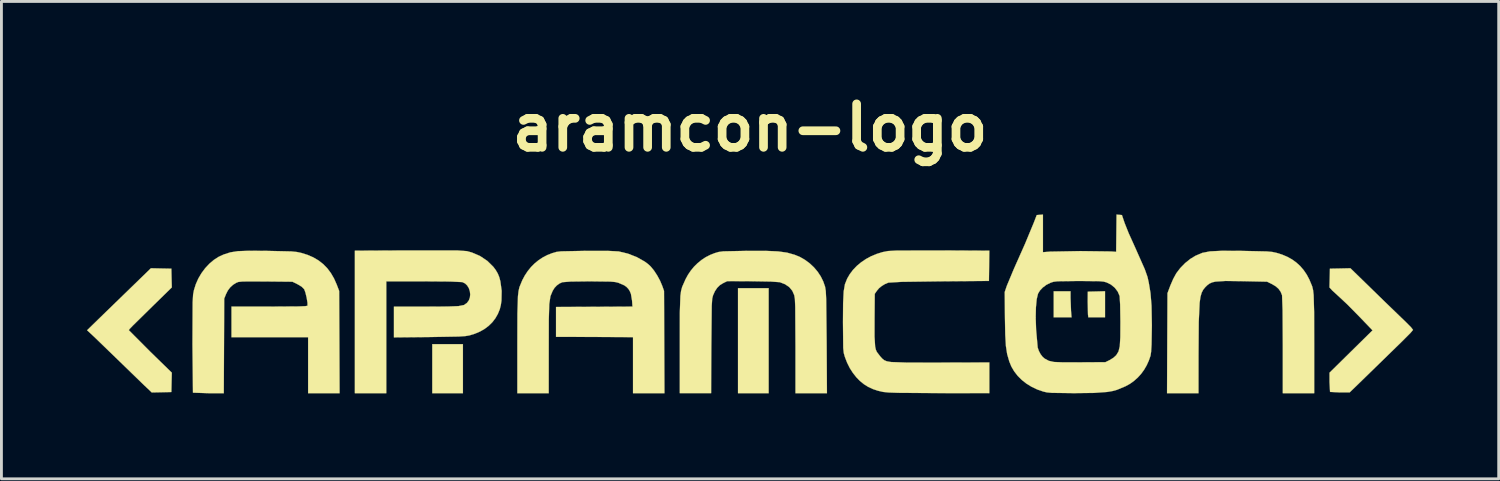
<source format=kicad_pcb>
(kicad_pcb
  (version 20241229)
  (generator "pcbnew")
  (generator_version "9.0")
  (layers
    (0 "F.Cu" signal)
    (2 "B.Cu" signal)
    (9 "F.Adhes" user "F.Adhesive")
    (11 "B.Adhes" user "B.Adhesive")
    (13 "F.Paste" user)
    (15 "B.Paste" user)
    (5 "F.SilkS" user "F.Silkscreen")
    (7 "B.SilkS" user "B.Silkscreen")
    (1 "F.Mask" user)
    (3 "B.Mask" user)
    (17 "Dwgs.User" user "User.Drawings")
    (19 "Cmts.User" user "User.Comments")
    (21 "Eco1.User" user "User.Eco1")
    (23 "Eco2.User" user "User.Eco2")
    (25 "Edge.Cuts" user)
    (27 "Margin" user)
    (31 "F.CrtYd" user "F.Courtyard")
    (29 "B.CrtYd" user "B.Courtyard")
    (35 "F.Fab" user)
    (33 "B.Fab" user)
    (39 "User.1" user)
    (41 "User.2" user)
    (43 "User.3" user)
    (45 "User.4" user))
  (footprint "aramcon-logo"
    (layer "F.Cu")
    (at 23.254 7.607)
    (property "Reference" "aramcon-logo" (at 0 -6.18 0) (layer "F.SilkS") (effects (font (size 1.524 1.524) (thickness 0.305))))
    (attr smd)
    (fp_poly (pts (xy -11.145 2.272) (xy -11.145 1.412) (xy -10.607 1.412) (xy -10.07 1.412) (xy -10.07 2.272) (xy -10.07 3.132) (xy -10.607 3.132) (xy -11.145 3.132) (xy -11.145 2.272)) (stroke (width 0.008) (type solid)) (fill yes) (layer "F.SilkS"))
    (fp_poly (pts (xy -0.423 1.291) (xy -0.423 -0.55) (xy 0.114 -0.55) (xy 0.652 -0.55) (xy 0.652 1.291) (xy 0.652 3.132) (xy 0.114 3.132) (xy -0.423 3.132) (xy -0.423 1.291)) (stroke (width 0.008) (type solid)) (fill yes) (layer "F.SilkS"))
    (fp_poly (pts (xy 11.85 0.371) (xy 11.84 -0.079) (xy 11.843 -0.429) (xy 12.146 -0.436) (xy 12.448 -0.444) (xy 12.448 0.014) (xy 12.448 0.472) (xy 12.155 0.472) (xy 11.863 0.472) (xy 11.85 0.371) (xy 11.85 0.371)) (stroke (width 0.008) (type solid)) (fill yes) (layer "F.SilkS"))
    (fp_poly (pts (xy 10.648 0.015) (xy 10.648 -0.442) (xy 10.943 -0.442) (xy 11.239 -0.442) (xy 11.239 -0.207) (xy 11.256 0.25) (xy 11.274 0.472) (xy 10.961 0.472) (xy 10.648 0.472) (xy 10.648 0.015) (xy 10.648 0.015) (xy 10.648 0.015)) (stroke (width 0.008) (type solid)) (fill yes) (layer "F.SilkS"))
    (fp_poly (pts (xy -21.229 2.873) (xy -22.109 2.019) (xy -22.996 1.161) (xy -23.25 0.924) (xy -22.846 0.53) (xy -21.726 -0.557) (xy -21.012 -1.25) (xy -20.653 -1.242) (xy -20.294 -1.235) (xy -20.287 -0.906) (xy -20.279 -0.578) (xy -20.891 0.02) (xy -21.647 0.763) (xy -21.762 0.883) (xy -21.786 0.922) (xy -21.033 1.678) (xy -20.279 2.412) (xy -20.287 2.752) (xy -20.294 3.091) (xy -20.638 3.099) (xy -20.982 3.106) (xy -21.229 2.872) (xy -21.229 2.873)) (stroke (width 0.008) (type solid)) (fill yes) (layer "F.SilkS"))
    (fp_poly (pts (xy 20.339 3.087) (xy 20.321 2.741) (xy 20.321 2.413) (xy 21.075 1.67) (xy 21.829 0.928) (xy 21.339 0.418) (xy 20.944 0.018) (xy 20.682 -0.227) (xy 20.417 -0.47) (xy 20.319 -0.578) (xy 20.327 -0.907) (xy 20.335 -1.235) (xy 20.694 -1.242) (xy 21.054 -1.25) (xy 21.393 -0.92) (xy 22.242 -0.093) (xy 23.001 0.64) (xy 23.177 0.817) (xy 23.25 0.912) (xy 23.163 1.015) (xy 22.858 1.322) (xy 21.339 2.802) (xy 21.026 3.105) (xy 20.692 3.105) (xy 20.339 3.087) (xy 20.339 3.087) (xy 20.339 3.087)) (stroke (width 0.008) (type solid)) (fill yes) (layer "F.SilkS"))
    (fp_poly (pts (xy -13.859 0.633) (xy -13.859 -1.866) (xy -12.374 -1.873) (xy -10.249 -1.873) (xy -9.93 -1.85) (xy -9.755 -1.802) (xy -9.468 -1.678) (xy -9.213 -1.507) (xy -9.002 -1.299) (xy -8.917 -1.185) (xy -8.847 -1.064) (xy -8.795 -0.938) (xy -8.756 -0.79) (xy -8.711 -0.457) (xy -8.718 -0.114) (xy -8.741 0.045) (xy -8.777 0.187) (xy -8.845 0.353) (xy -8.932 0.505) (xy -9.039 0.644) (xy -9.165 0.768) (xy -9.309 0.877) (xy -9.47 0.969) (xy -9.648 1.045) (xy -9.842 1.105) (xy -9.983 1.129) (xy -10.216 1.145) (xy -11.259 1.163) (xy -12.489 1.175) (xy -12.489 0.635) (xy -12.489 0.096) (xy -11.337 0.096) (xy -10.622 0.093) (xy -10.227 0.078) (xy -10.035 0.04) (xy -9.931 -0.032) (xy -9.865 -0.118) (xy -9.826 -0.22) (xy -9.814 -0.331) (xy -9.827 -0.444) (xy -9.862 -0.551) (xy -9.92 -0.645) (xy -9.997 -0.718) (xy -10.092 -0.764) (xy -10.509 -0.784) (xy -11.474 -0.791) (xy -12.757 -0.791) (xy -12.757 1.17) (xy -12.757 3.132) (xy -13.308 3.132) (xy -13.859 3.132) (xy -13.859 0.633) (xy -13.859 0.633)) (stroke (width 0.008) (type solid)) (fill yes) (layer "F.SilkS"))
    (fp_poly (pts (xy 14.63 1.378) (xy 14.638 -0.375) (xy 14.737 -0.639) (xy 14.84 -0.877) (xy 14.948 -1.075) (xy 15.087 -1.257) (xy 15.256 -1.43) (xy 15.44 -1.578) (xy 15.623 -1.689) (xy 15.859 -1.789) (xy 16.128 -1.842) (xy 16.547 -1.862) (xy 17.231 -1.859) (xy 18.115 -1.84) (xy 18.312 -1.822) (xy 18.46 -1.79) (xy 18.657 -1.729) (xy 18.839 -1.652) (xy 19.005 -1.56) (xy 19.156 -1.451) (xy 19.293 -1.326) (xy 19.414 -1.185) (xy 19.521 -1.028) (xy 19.613 -0.854) (xy 19.713 -0.615) (xy 19.744 -0.485) (xy 19.764 -0.31) (xy 19.781 0.284) (xy 19.784 1.391) (xy 19.784 3.132) (xy 19.233 3.132) (xy 18.682 3.132) (xy 18.682 1.459) (xy 18.675 0.219) (xy 18.656 -0.305) (xy 18.607 -0.425) (xy 18.535 -0.527) (xy 18.436 -0.615) (xy 18.309 -0.691) (xy 18.132 -0.778) (xy 17.285 -0.796) (xy 16.675 -0.804) (xy 16.318 -0.781) (xy 16.203 -0.754) (xy 16.114 -0.714) (xy 16.038 -0.658) (xy 15.963 -0.585) (xy 15.892 -0.498) (xy 15.837 -0.392) (xy 15.795 -0.246) (xy 15.766 -0.041) (xy 15.735 0.631) (xy 15.727 1.782) (xy 15.726 3.132) (xy 15.174 3.132) (xy 14.623 3.132) (xy 14.63 1.379) (xy 14.63 1.378)) (stroke (width 0.008) (type solid)) (fill yes) (layer "F.SilkS"))
    (fp_poly (pts (xy -2.465 1.423) (xy -2.464 0.315) (xy -2.443 -0.279) (xy -2.419 -0.457) (xy -2.382 -0.595) (xy -2.262 -0.866) (xy -2.176 -1.023) (xy -2.076 -1.17) (xy -1.964 -1.306) (xy -1.839 -1.429) (xy -1.704 -1.539) (xy -1.56 -1.635) (xy -1.407 -1.714) (xy -1.247 -1.778) (xy -1.106 -1.82) (xy -0.94 -1.843) (xy -0.101 -1.86) (xy 0.538 -1.86) (xy 0.98 -1.841) (xy 1.298 -1.797) (xy 1.567 -1.721) (xy 1.754 -1.643) (xy 1.929 -1.542) (xy 2.092 -1.421) (xy 2.24 -1.282) (xy 2.37 -1.128) (xy 2.48 -0.962) (xy 2.567 -0.785) (xy 2.631 -0.601) (xy 2.655 -0.453) (xy 2.67 -0.158) (xy 2.686 1.352) (xy 2.696 3.132) (xy 2.144 3.132) (xy 1.592 3.132) (xy 1.592 1.484) (xy 1.584 0.108) (xy 1.572 -0.171) (xy 1.55 -0.303) (xy 1.48 -0.462) (xy 1.371 -0.592) (xy 1.224 -0.691) (xy 1.041 -0.761) (xy 0.724 -0.783) (xy 0.067 -0.794) (xy -0.799 -0.798) (xy -0.947 -0.726) (xy -1.06 -0.656) (xy -1.154 -0.563) (xy -1.233 -0.444) (xy -1.3 -0.295) (xy -1.328 -0.179) (xy -1.344 0.068) (xy -1.358 1.486) (xy -1.366 3.131) (xy -1.916 3.131) (xy -2.465 3.131) (xy -2.465 1.422) (xy -2.465 1.423)) (stroke (width 0.008) (type solid)) (fill yes) (layer "F.SilkS"))
    (fp_poly (pts (xy 4.672 3.089) (xy 4.481 3.045) (xy 4.305 2.986) (xy 4.142 2.91) (xy 3.992 2.816) (xy 3.854 2.704) (xy 3.726 2.573) (xy 3.608 2.423) (xy 3.497 2.251) (xy 3.403 2.062) (xy 3.325 1.861) (xy 3.286 1.723) (xy 3.267 1.548) (xy 3.258 0.638) (xy 3.263 -0.025) (xy 3.283 -0.436) (xy 3.327 -0.69) (xy 3.405 -0.885) (xy 3.497 -1.044) (xy 3.611 -1.194) (xy 3.744 -1.333) (xy 3.895 -1.459) (xy 4.062 -1.572) (xy 4.243 -1.67) (xy 4.437 -1.751) (xy 4.642 -1.815) (xy 4.834 -1.853) (xy 5.167 -1.872) (xy 7.04 -1.873) (xy 8.391 -1.866) (xy 8.384 -1.336) (xy 8.377 -0.805) (xy 6.657 -0.791) (xy 5.318 -0.773) (xy 4.848 -0.745) (xy 4.726 -0.693) (xy 4.617 -0.626) (xy 4.523 -0.55) (xy 4.452 -0.466) (xy 4.373 -0.353) (xy 4.366 0.546) (xy 4.365 1.151) (xy 4.386 1.495) (xy 4.41 1.603) (xy 4.447 1.687) (xy 4.563 1.838) (xy 4.633 1.916) (xy 4.701 1.973) (xy 4.795 2.013) (xy 4.944 2.039) (xy 5.519 2.059) (xy 6.651 2.058) (xy 8.391 2.054) (xy 8.391 2.593) (xy 8.391 3.131) (xy 6.637 3.129) (xy 5.196 3.119) (xy 4.855 3.107) (xy 4.672 3.088) (xy 4.672 3.088) (xy 4.672 3.089)) (stroke (width 0.008) (type solid)) (fill yes) (layer "F.SilkS"))
    (fp_poly (pts (xy -19.537 3.114) (xy -19.555 1.412) (xy -19.548 -0.058) (xy -19.532 -0.328) (xy -19.502 -0.485) (xy -19.436 -0.694) (xy -19.347 -0.894) (xy -19.236 -1.081) (xy -19.107 -1.254) (xy -18.963 -1.408) (xy -18.805 -1.542) (xy -18.636 -1.651) (xy -18.458 -1.733) (xy -18.223 -1.808) (xy -17.961 -1.849) (xy -17.567 -1.863) (xy -16.94 -1.859) (xy -16.085 -1.84) (xy -15.891 -1.82) (xy -15.74 -1.788) (xy -15.519 -1.719) (xy -15.318 -1.632) (xy -15.136 -1.525) (xy -14.973 -1.398) (xy -14.828 -1.251) (xy -14.701 -1.082) (xy -14.591 -0.893) (xy -14.497 -0.682) (xy -14.41 -0.455) (xy -14.402 1.338) (xy -14.395 3.132) (xy -14.947 3.132) (xy -15.499 3.132) (xy -15.499 2.151) (xy -15.499 1.17) (xy -16.842 1.17) (xy -18.186 1.17) (xy -18.186 0.633) (xy -18.186 0.095) (xy -16.858 0.095) (xy -15.824 0.089) (xy -15.594 0.079) (xy -15.52 0.065) (xy -15.521 -0.041) (xy -15.55 -0.218) (xy -15.593 -0.397) (xy -15.636 -0.514) (xy -15.722 -0.601) (xy -15.869 -0.689) (xy -16.048 -0.777) (xy -16.981 -0.786) (xy -17.799 -0.785) (xy -17.941 -0.77) (xy -18.022 -0.739) (xy -18.135 -0.667) (xy -18.234 -0.576) (xy -18.315 -0.467) (xy -18.378 -0.342) (xy -18.441 -0.186) (xy -18.448 1.473) (xy -18.456 3.132) (xy -18.988 3.132) (xy -19.537 3.114) (xy -19.537 3.114)) (stroke (width 0.008) (type solid)) (fill yes) (layer "F.SilkS"))
    (fp_poly (pts (xy -8.162 1.432) (xy -8.159 0.335) (xy -8.14 -0.269) (xy -8.119 -0.451) (xy -8.088 -0.587) (xy -7.989 -0.827) (xy -7.9 -0.995) (xy -7.797 -1.15) (xy -7.682 -1.292) (xy -7.555 -1.419) (xy -7.417 -1.532) (xy -7.268 -1.63) (xy -7.109 -1.713) (xy -6.94 -1.779) (xy -6.8 -1.821) (xy -6.631 -1.843) (xy -5.763 -1.86) (xy -5 -1.86) (xy -4.609 -1.84) (xy -4.286 -1.763) (xy -3.971 -1.64) (xy -3.693 -1.483) (xy -3.577 -1.397) (xy -3.482 -1.308) (xy -3.367 -1.167) (xy -3.255 -0.995) (xy -3.155 -0.81) (xy -3.079 -0.63) (xy -3.017 -0.455) (xy -3.009 1.338) (xy -3.002 3.132) (xy -3.553 3.132) (xy -4.105 3.132) (xy -4.105 2.151) (xy -4.105 1.17) (xy -4.192 1.166) (xy -5.542 1.159) (xy -6.805 1.156) (xy -6.805 0.632) (xy -6.805 0.108) (xy -5.465 0.102) (xy -4.124 0.095) (xy -4.139 -0.119) (xy -4.178 -0.35) (xy -4.216 -0.443) (xy -4.266 -0.524) (xy -4.331 -0.592) (xy -4.41 -0.65) (xy -4.62 -0.741) (xy -4.732 -0.767) (xy -4.896 -0.782) (xy -5.629 -0.791) (xy -6.288 -0.783) (xy -6.579 -0.761) (xy -6.682 -0.716) (xy -6.776 -0.648) (xy -6.858 -0.561) (xy -6.923 -0.456) (xy -7.001 -0.269) (xy -7.042 0.005) (xy -7.058 0.548) (xy -7.06 1.54) (xy -7.061 3.132) (xy -7.612 3.132) (xy -8.162 3.132) (xy -8.162 1.432) (xy -8.162 1.432) (xy -8.162 1.432)) (stroke (width 0.008) (type solid)) (fill yes) (layer "F.SilkS"))
    (fp_poly (pts (xy 12.616 1.968) (xy 14.08 1.427) (xy 14.065 1.674) (xy 14.044 1.817) (xy 13.982 1.994) (xy 13.906 2.16) (xy 13.816 2.314) (xy 13.712 2.456) (xy 13.595 2.585) (xy 13.465 2.7) (xy 13.325 2.801) (xy 13.172 2.886) (xy 12.866 3.014) (xy 12.708 3.057) (xy 12.529 3.088) (xy 12.061 3.122) (xy 11.36 3.13) (xy 10.586 3.12) (xy 10.412 3.104) (xy 10.285 3.075) (xy 10.285 3.075) (xy 10.285 3.075) (xy 10.075 3.003) (xy 9.878 2.91) (xy 9.696 2.799) (xy 9.532 2.67) (xy 9.388 2.527) (xy 9.265 2.369) (xy 9.165 2.2) (xy 9.091 2.021) (xy 9.016 1.761) (xy 8.972 1.476) (xy 8.949 1.082) (xy 8.938 0.492) (xy 8.93 -0.415) (xy 9.005 -0.636) (xy 9.249 -1.221) (xy 9.642 -2.105) (xy 9.95 -2.847) (xy 10.053 -3.115) (xy 10.162 -3.124) (xy 10.271 -3.132) (xy 10.271 -2.473) (xy 10.271 -1.813) (xy 10.52 -1.833) (xy 11.581 -1.852) (xy 12.65 -1.839) (xy 12.838 -1.826) (xy 12.845 -2.479) (xy 12.852 -3.132) (xy 12.947 -3.124) (xy 13.041 -3.115) (xy 13.134 -2.839) (xy 13.275 -2.485) (xy 13.485 -2.02) (xy 13.844 -1.211) (xy 13.938 -0.943) (xy 13.981 -0.751) (xy 14.043 -0.379) (xy 14.079 0.064) (xy 14.091 0.754) (xy 14.08 1.427) (xy 12.616 1.968) (xy 12.746 1.887) (xy 12.84 1.801) (xy 12.921 1.668) (xy 12.966 1.483) (xy 12.984 1.165) (xy 12.987 0.632) (xy 12.978 0.026) (xy 12.96 -0.276) (xy 12.893 -0.432) (xy 12.789 -0.568) (xy 12.655 -0.678) (xy 12.497 -0.755) (xy 12.395 -0.782) (xy 12.241 -0.796) (xy 11.521 -0.803) (xy 10.785 -0.793) (xy 10.639 -0.775) (xy 10.536 -0.741) (xy 10.394 -0.67) (xy 10.266 -0.575) (xy 10.164 -0.467) (xy 10.098 -0.357) (xy 10.052 -0.165) (xy 10.025 0.121) (xy 10.017 0.483) (xy 10.031 0.902) (xy 10.087 1.533) (xy 10.129 1.653) (xy 10.188 1.763) (xy 10.259 1.856) (xy 10.335 1.921) (xy 10.478 1.997) (xy 10.657 2.037) (xy 10.979 2.05) (xy 11.548 2.049) (xy 12.461 2.044) (xy 12.616 1.968) (xy 12.616 1.968)) (stroke (width 0.008) (type solid)) (fill yes) (layer "F.SilkS")))
  (gr_rect
    (start -3 -3)
    (end 49.508 13.743)
    (stroke (width 0.1) (type default))
    (fill no)
    (layer "Edge.Cuts")))
</source>
